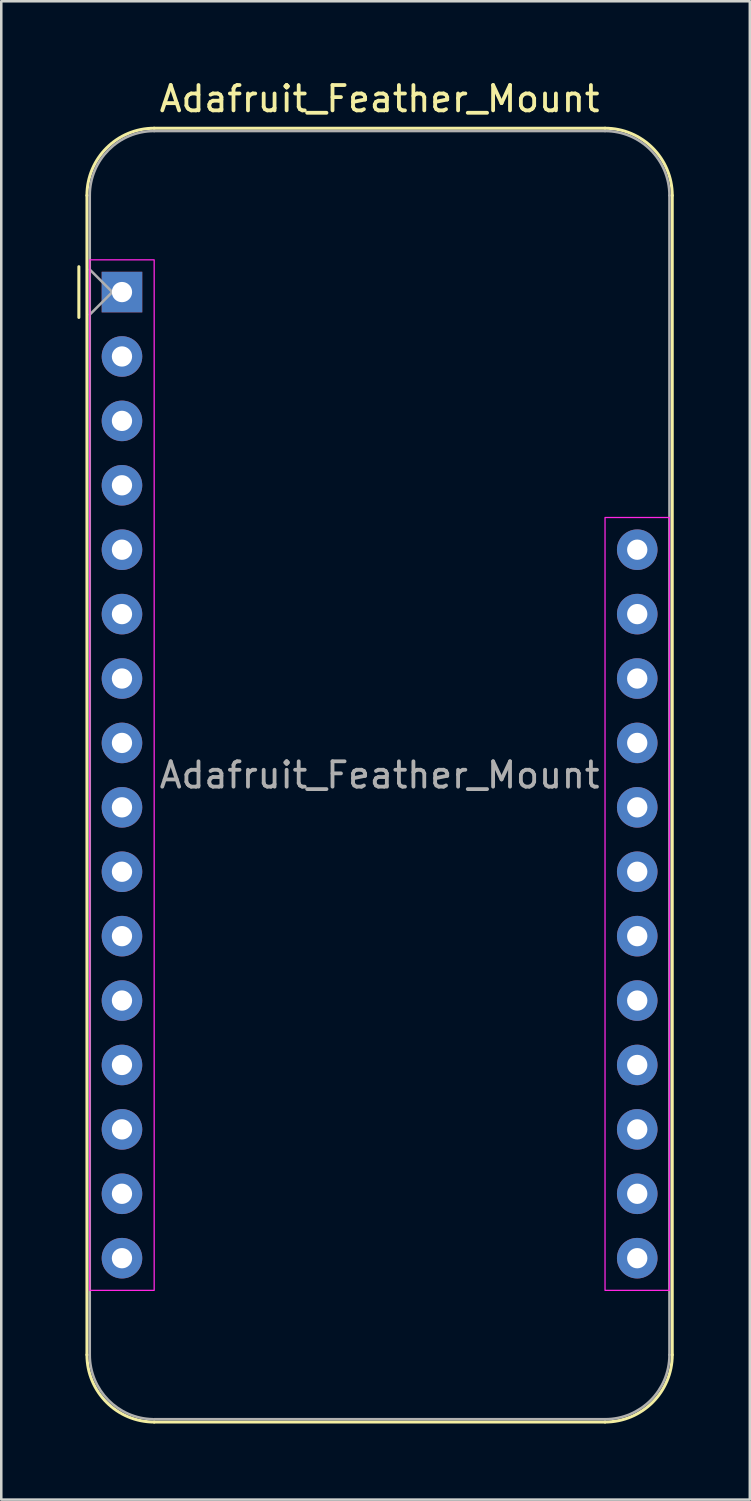
<source format=kicad_pcb>
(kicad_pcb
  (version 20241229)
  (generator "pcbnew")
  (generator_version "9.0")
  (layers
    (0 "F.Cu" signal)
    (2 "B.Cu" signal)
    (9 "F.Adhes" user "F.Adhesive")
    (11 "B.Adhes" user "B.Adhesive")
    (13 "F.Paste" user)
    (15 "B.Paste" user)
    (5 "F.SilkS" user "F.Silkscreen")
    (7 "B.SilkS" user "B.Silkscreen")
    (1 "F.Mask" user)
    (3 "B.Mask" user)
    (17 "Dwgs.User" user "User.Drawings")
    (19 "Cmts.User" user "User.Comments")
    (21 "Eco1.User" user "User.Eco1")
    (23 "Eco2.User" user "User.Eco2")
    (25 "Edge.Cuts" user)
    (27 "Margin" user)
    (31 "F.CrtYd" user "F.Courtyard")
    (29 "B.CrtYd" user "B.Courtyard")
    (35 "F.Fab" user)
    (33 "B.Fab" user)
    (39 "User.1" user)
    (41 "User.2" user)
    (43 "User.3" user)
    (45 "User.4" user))
  (footprint "Adafruit_Feather_Mount"
    (layer "F.Cu")
    (at 1.76 8.468)
    (property "Reference" "Adafruit_Feather_Mount" (at 10.16 -7.62 180) (layer "F.SilkS") (effects (font (size 1 1) (thickness 0.15))))
    (attr through_hole)
    (fp_line (start -1.7 1) (end -1.7 -1) (stroke (width 0.12) (type solid)) (layer "F.SilkS"))
    (fp_line (start -1.38 -3.81) (end -1.38 41.91) (stroke (width 0.12) (type solid)) (layer "F.SilkS"))
    (fp_line (start 19.05 -6.46) (end 1.27 -6.46) (stroke (width 0.12) (type solid)) (layer "F.SilkS"))
    (fp_line (start 19.05 44.56) (end 1.27 44.56) (stroke (width 0.12) (type solid)) (layer "F.SilkS"))
    (fp_line (start 21.7 -3.81) (end 21.7 41.91) (stroke (width 0.12) (type solid)) (layer "F.SilkS"))
    (fp_arc (start -1.38 -3.81) (mid -0.603833 -5.683833) (end 1.27 -6.46) (stroke (width 0.12) (type solid)) (layer "F.SilkS"))
    (fp_arc (start 1.27 44.56) (mid -0.603833 43.783833) (end -1.38 41.91) (stroke (width 0.12) (type solid)) (layer "F.SilkS"))
    (fp_arc (start 19.05 -6.46) (mid 20.923833 -5.683833) (end 21.7 -3.81) (stroke (width 0.12) (type solid)) (layer "F.SilkS"))
    (fp_arc (start 21.7 41.91) (mid 20.923833 43.783833) (end 19.05 44.56) (stroke (width 0.12) (type solid)) (layer "F.SilkS"))
    (fp_rect (start -1.27 -1.27) (end 1.27 39.37) (stroke (width 0.05) (type default)) (fill no) (layer "F.CrtYd"))
    (fp_rect (start 19.05 8.89) (end 21.59 39.37) (stroke (width 0.05) (type default)) (fill no) (layer "F.CrtYd"))
    (fp_line (start -1.27 -3.81) (end -1.27 41.91) (stroke (width 0.1) (type solid)) (layer "F.Fab"))
    (fp_line (start -1.27 -0.889) (end -0.381 0) (stroke (width 0.1) (type solid)) (layer "F.Fab"))
    (fp_line (start -0.381 0) (end -1.27 0.889) (stroke (width 0.1) (type solid)) (layer "F.Fab"))
    (fp_line (start 1.27 44.45) (end 19.05 44.45) (stroke (width 0.1) (type solid)) (layer "F.Fab"))
    (fp_line (start 19.05 -6.35) (end 1.27 -6.35) (stroke (width 0.1) (type solid)) (layer "F.Fab"))
    (fp_line (start 21.59 41.91) (end 21.59 -3.81) (stroke (width 0.1) (type solid)) (layer "F.Fab"))
    (fp_arc (start -1.27 -3.81) (mid -0.526051 -5.606051) (end 1.27 -6.35) (stroke (width 0.1) (type solid)) (layer "F.Fab"))
    (fp_arc (start 1.221238 44.449532) (mid -0.543209 43.688728) (end -1.27 41.91) (stroke (width 0.1) (type solid)) (layer "F.Fab"))
    (fp_arc (start 19.05 -6.35) (mid 20.846051 -5.606051) (end 21.59 -3.81) (stroke (width 0.1) (type solid)) (layer "F.Fab"))
    (fp_arc (start 21.59 41.91) (mid 20.846051 43.706051) (end 19.05 44.45) (stroke (width 0.1) (type solid)) (layer "F.Fab"))
    (fp_text user "${REFERENCE}" (at 10.16 19.05 180) (layer "F.Fab") (effects (font (size 1 1) (thickness 0.15))))
    (pad "1" thru_hole rect (at 0 0 180) (size 1.6 1.6) (drill 0.8) (layers "*.Cu" "*.Mask"))
    (pad "2" thru_hole circle (at 0 2.54 180) (size 1.6 1.6) (drill 0.8) (layers "*.Cu" "*.Mask"))
    (pad "3" thru_hole circle (at 0 5.08 180) (size 1.6 1.6) (drill 0.8) (layers "*.Cu" "*.Mask"))
    (pad "4" thru_hole circle (at 0 7.62 180) (size 1.6 1.6) (drill 0.8) (layers "*.Cu" "*.Mask"))
    (pad "5" thru_hole circle (at 0 10.16 180) (size 1.6 1.6) (drill 0.8) (layers "*.Cu" "*.Mask"))
    (pad "6" thru_hole circle (at 0 12.7 180) (size 1.6 1.6) (drill 0.8) (layers "*.Cu" "*.Mask"))
    (pad "7" thru_hole circle (at 0 15.24 180) (size 1.6 1.6) (drill 0.8) (layers "*.Cu" "*.Mask"))
    (pad "8" thru_hole circle (at 0 17.78 180) (size 1.6 1.6) (drill 0.8) (layers "*.Cu" "*.Mask"))
    (pad "9" thru_hole circle (at 0 20.32 180) (size 1.6 1.6) (drill 0.8) (layers "*.Cu" "*.Mask"))
    (pad "10" thru_hole circle (at 0 22.86 180) (size 1.6 1.6) (drill 0.8) (layers "*.Cu" "*.Mask"))
    (pad "11" thru_hole circle (at 0 25.4 180) (size 1.6 1.6) (drill 0.8) (layers "*.Cu" "*.Mask"))
    (pad "12" thru_hole circle (at 0 27.94 180) (size 1.6 1.6) (drill 0.8) (layers "*.Cu" "*.Mask"))
    (pad "13" thru_hole circle (at 0 30.48 180) (size 1.6 1.6) (drill 0.8) (layers "*.Cu" "*.Mask"))
    (pad "14" thru_hole circle (at 0 33.02 180) (size 1.6 1.6) (drill 0.8) (layers "*.Cu" "*.Mask"))
    (pad "15" thru_hole circle (at 0 35.56 180) (size 1.6 1.6) (drill 0.8) (layers "*.Cu" "*.Mask"))
    (pad "16" thru_hole circle (at 0 38.1 180) (size 1.6 1.6) (drill 0.8) (layers "*.Cu" "*.Mask"))
    (pad "17" thru_hole circle (at 20.32 38.1 180) (size 1.6 1.6) (drill 0.8) (layers "*.Cu" "*.Mask"))
    (pad "18" thru_hole circle (at 20.32 35.56 180) (size 1.6 1.6) (drill 0.8) (layers "*.Cu" "*.Mask"))
    (pad "19" thru_hole circle (at 20.32 33.02 180) (size 1.6 1.6) (drill 0.8) (layers "*.Cu" "*.Mask"))
    (pad "20" thru_hole circle (at 20.32 30.48 180) (size 1.6 1.6) (drill 0.8) (layers "*.Cu" "*.Mask"))
    (pad "21" thru_hole circle (at 20.32 27.94 180) (size 1.6 1.6) (drill 0.8) (layers "*.Cu" "*.Mask"))
    (pad "22" thru_hole circle (at 20.32 25.4 180) (size 1.6 1.6) (drill 0.8) (layers "*.Cu" "*.Mask"))
    (pad "23" thru_hole circle (at 20.32 22.86 180) (size 1.6 1.6) (drill 0.8) (layers "*.Cu" "*.Mask"))
    (pad "24" thru_hole circle (at 20.32 20.32 180) (size 1.6 1.6) (drill 0.8) (layers "*.Cu" "*.Mask"))
    (pad "25" thru_hole circle (at 20.32 17.78 180) (size 1.6 1.6) (drill 0.8) (layers "*.Cu" "*.Mask"))
    (pad "26" thru_hole circle (at 20.32 15.24 180) (size 1.6 1.6) (drill 0.8) (layers "*.Cu" "*.Mask"))
    (pad "27" thru_hole circle (at 20.32 12.7 180) (size 1.6 1.6) (drill 0.8) (layers "*.Cu" "*.Mask"))
    (pad "28" thru_hole circle (at 20.32 10.16 180) (size 1.6 1.6) (drill 0.8) (layers "*.Cu" "*.Mask")))
  (gr_rect
    (start -3 -3)
    (end 26.52 56.088)
    (stroke (width 0.1) (type default))
    (fill no)
    (layer "Edge.Cuts")))
</source>
